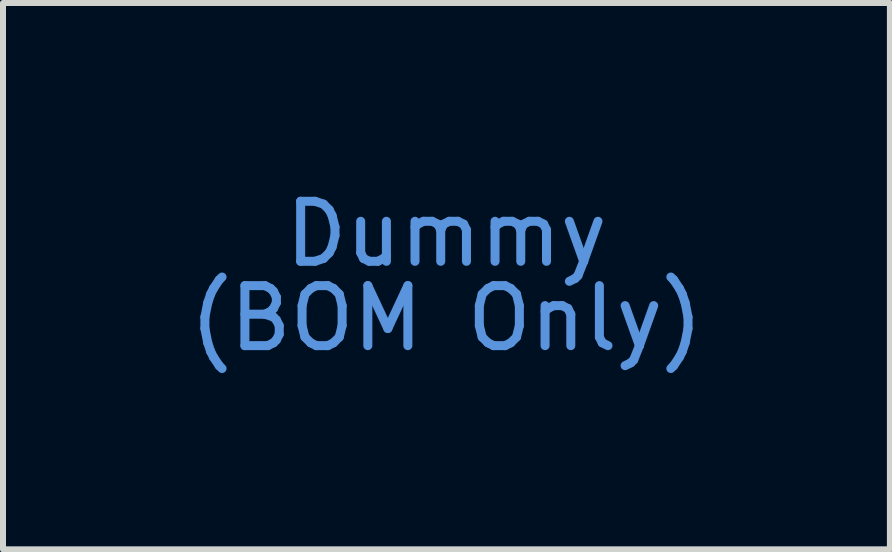
<source format=kicad_pcb>
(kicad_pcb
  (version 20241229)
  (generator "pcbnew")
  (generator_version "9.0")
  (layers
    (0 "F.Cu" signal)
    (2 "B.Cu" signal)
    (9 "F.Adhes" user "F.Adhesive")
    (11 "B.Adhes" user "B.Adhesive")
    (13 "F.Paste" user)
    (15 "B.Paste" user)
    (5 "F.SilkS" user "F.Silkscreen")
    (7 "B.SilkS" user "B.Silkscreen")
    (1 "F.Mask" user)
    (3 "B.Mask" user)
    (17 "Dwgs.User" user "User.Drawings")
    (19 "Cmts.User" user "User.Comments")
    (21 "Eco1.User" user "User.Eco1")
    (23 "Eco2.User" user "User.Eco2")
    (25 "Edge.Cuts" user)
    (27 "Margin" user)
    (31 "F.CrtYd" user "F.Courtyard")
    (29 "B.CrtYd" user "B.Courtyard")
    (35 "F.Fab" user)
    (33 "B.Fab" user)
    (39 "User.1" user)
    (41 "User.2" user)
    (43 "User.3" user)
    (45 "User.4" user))
  (footprint "Dummy"
    (layer "F.Cu")
    (at 4.387 0.348)
    (property "Reference" "Dummy" (at 0 0.5 0) (layer "Cmts.User") (effects (font (size 1 1) (thickness 0.15))))
    (attr exclude_from_pos_files exclude_from_bom)
    (fp_text user "(BOM Only)" (at 0 1.905 0) (layer "Cmts.User") (effects (font (size 1 1) (thickness 0.15)))))
  (gr_rect
    (start -3 -3)
    (end 11.774 6.101)
    (stroke (width 0.1) (type default))
    (fill no)
    (layer "Edge.Cuts")))
</source>
